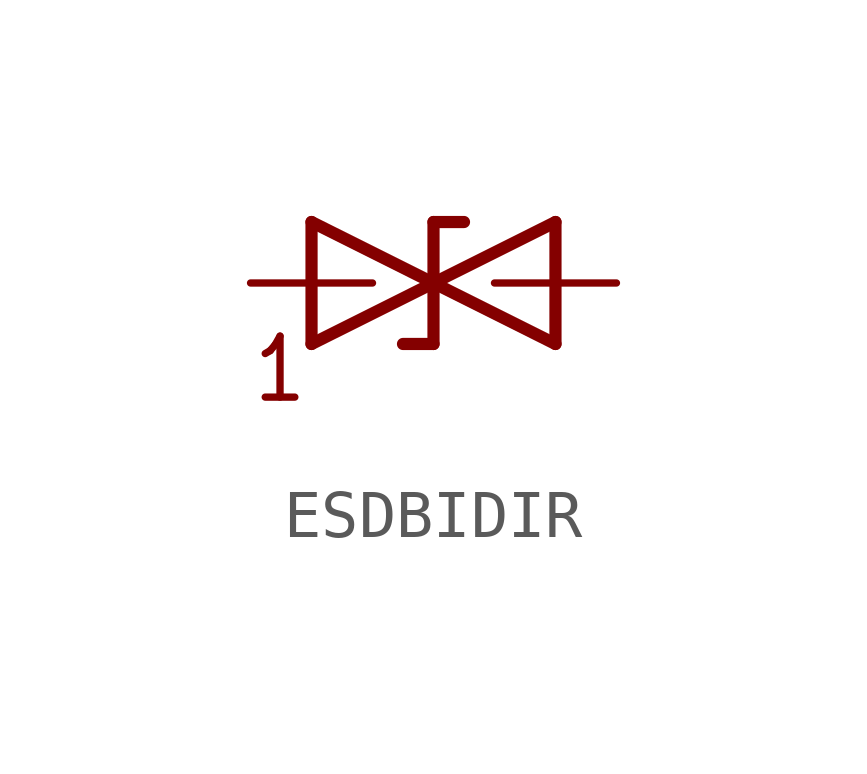
<source format=kicad_sym>
(kicad_symbol_lib
  (version 20231120)
  (generator "kicad_symbol_editor")
  (generator_version "8.0")
  (symbol "ESDBIDIR"
    (property "Reference" ""
      (at -4.318 1.905 0)
      (effects (font (size 1.778 1.511)) (justify left bottom) (hide yes)))
    (property "Value" ""
      (at -4.318 -3.429 0)
      (effects (font (size 1.778 1.511)) (justify left bottom)))
    (property "ki_locked" ""
      (at 0 0 0)
      (effects (font (size 1.27 1.27))))
    (symbol "ESDBIDIR_1_0"
      (polyline (pts (xy -3.81 -1.27) (xy -1.27 0)) (stroke (width 0.254) (type solid)) (fill (type none)))
      (polyline (pts (xy -3.81 1.27) (xy -3.81 -1.27)) (stroke (width 0.254) (type solid)) (fill (type none)))
      (polyline (pts (xy -1.27 -1.27) (xy -1.905 -1.27)) (stroke (width 0.254) (type solid)) (fill (type none)))
      (polyline (pts (xy -1.27 0) (xy -3.81 1.27)) (stroke (width 0.254) (type solid)) (fill (type none)))
      (polyline (pts (xy -1.27 0) (xy -1.27 -1.27)) (stroke (width 0.254) (type solid)) (fill (type none)))
      (polyline (pts (xy -1.27 0) (xy 1.27 1.27)) (stroke (width 0.254) (type solid)) (fill (type none)))
      (polyline (pts (xy -1.27 1.27) (xy -1.27 0)) (stroke (width 0.254) (type solid)) (fill (type none)))
      (polyline (pts (xy -0.635 1.27) (xy -1.27 1.27)) (stroke (width 0.254) (type solid)) (fill (type none)))
      (polyline (pts (xy 1.27 -1.27) (xy -1.27 0)) (stroke (width 0.254) (type solid)) (fill (type none)))
      (polyline (pts (xy 1.27 1.27) (xy 1.27 -1.27)) (stroke (width 0.254) (type solid)) (fill (type none)))
      (text "1" (at -5.08 -2.54 0) (effects (font (size 1.27 1.079)) (justify left bottom)))
      (pin passive line (at 2.54 0 180) (length 2.54) (name "2" (effects (font (size 0 0)))) (number "1" (effects (font (size 0 0)))))
      (pin passive line (at -5.08 0 0) (length 2.54) (name "1" (effects (font (size 0 0)))) (number "2" (effects (font (size 0 0))))))))
</source>
